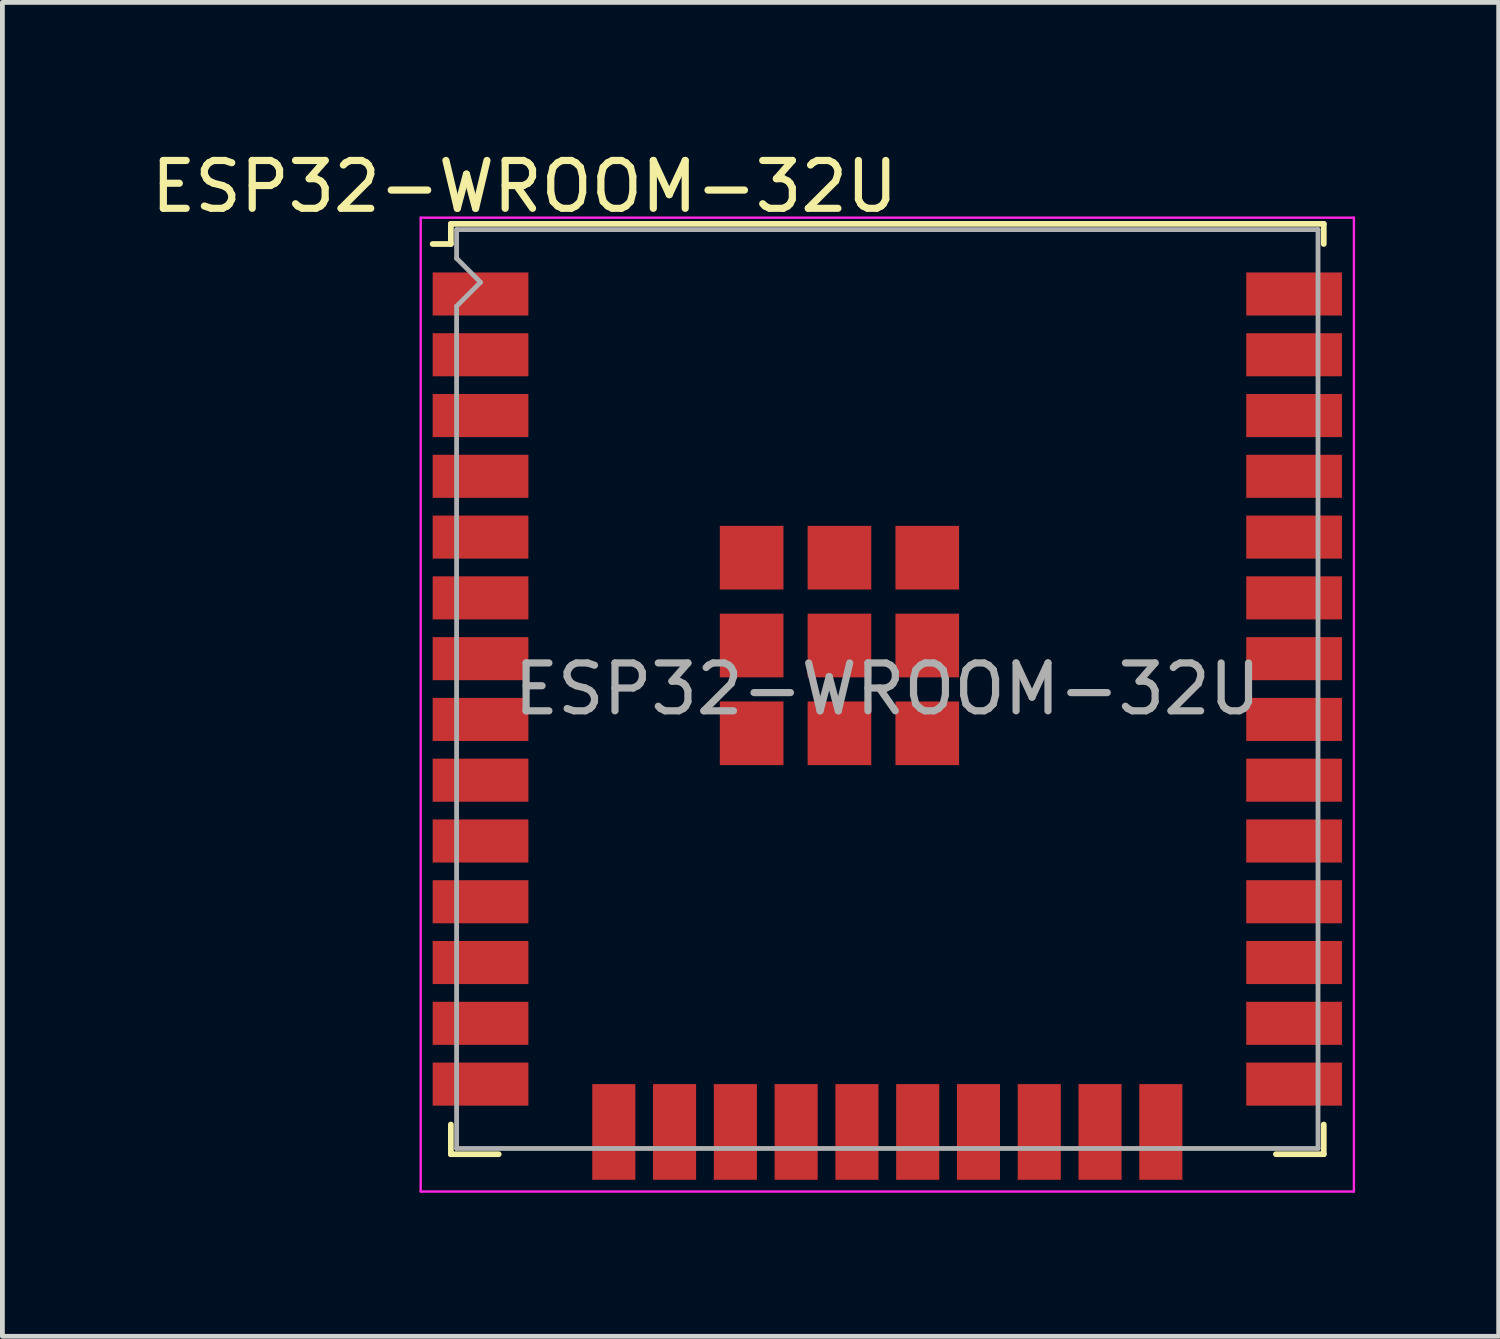
<source format=kicad_pcb>
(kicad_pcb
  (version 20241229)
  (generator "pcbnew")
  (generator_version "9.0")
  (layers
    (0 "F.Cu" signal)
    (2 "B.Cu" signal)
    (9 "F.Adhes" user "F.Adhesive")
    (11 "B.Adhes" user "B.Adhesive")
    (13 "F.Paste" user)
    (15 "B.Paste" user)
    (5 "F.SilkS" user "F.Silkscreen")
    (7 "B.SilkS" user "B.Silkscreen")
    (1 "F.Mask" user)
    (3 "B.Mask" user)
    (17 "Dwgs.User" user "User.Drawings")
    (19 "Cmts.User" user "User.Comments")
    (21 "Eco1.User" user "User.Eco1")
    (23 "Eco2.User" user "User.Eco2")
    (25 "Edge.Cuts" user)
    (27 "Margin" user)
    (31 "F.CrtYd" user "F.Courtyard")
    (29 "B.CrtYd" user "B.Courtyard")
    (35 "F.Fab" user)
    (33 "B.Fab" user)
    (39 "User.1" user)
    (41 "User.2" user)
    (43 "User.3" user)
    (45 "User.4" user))
  (footprint "ESP32-WROOM-32U"
    (layer "F.Cu")
    (at 15.491 11.348)
    (property "Reference" "ESP32-WROOM-32U" (at -7.58 -10.5 180) (layer "F.SilkS") (effects (font (size 1 1) (thickness 0.15))))
    (attr smd)
    (fp_line (start -9.12 -9.72) (end -9.12 -9.3) (stroke (width 0.12) (type solid)) (layer "F.SilkS"))
    (fp_line (start -9.12 -9.72) (end 9.12 -9.72) (stroke (width 0.12) (type solid)) (layer "F.SilkS"))
    (fp_line (start -9.12 -9.3) (end -9.5 -9.3) (stroke (width 0.12) (type solid)) (layer "F.SilkS"))
    (fp_line (start -9.12 9.1) (end -9.12 9.72) (stroke (width 0.12) (type solid)) (layer "F.SilkS"))
    (fp_line (start -9.12 9.72) (end -8.12 9.72) (stroke (width 0.12) (type solid)) (layer "F.SilkS"))
    (fp_line (start 9.12 -9.72) (end 9.12 -9.3) (stroke (width 0.12) (type solid)) (layer "F.SilkS"))
    (fp_line (start 9.12 9.1) (end 9.12 9.72) (stroke (width 0.12) (type solid)) (layer "F.SilkS"))
    (fp_line (start 9.12 9.72) (end 8.12 9.72) (stroke (width 0.12) (type solid)) (layer "F.SilkS"))
    (fp_line (start -9.75 10.5) (end -9.75 -9.85) (stroke (width 0.05) (type solid)) (layer "F.CrtYd"))
    (fp_line (start -9.75 10.5) (end 9.75 10.5) (stroke (width 0.05) (type solid)) (layer "F.CrtYd"))
    (fp_line (start 9.75 -9.85) (end -9.75 -9.85) (stroke (width 0.05) (type solid)) (layer "F.CrtYd"))
    (fp_line (start 9.75 -9.85) (end 9.75 10.5) (stroke (width 0.05) (type solid)) (layer "F.CrtYd"))
    (fp_line (start -9 -9.6) (end -9 -9) (stroke (width 0.1) (type solid)) (layer "F.Fab"))
    (fp_line (start -9 -9.6) (end 9 -9.6) (stroke (width 0.1) (type solid)) (layer "F.Fab"))
    (fp_line (start -9 -8) (end -9 9.6) (stroke (width 0.1) (type solid)) (layer "F.Fab"))
    (fp_line (start -9 -8) (end -8.5 -8.5) (stroke (width 0.1) (type solid)) (layer "F.Fab"))
    (fp_line (start -9 9.6) (end 9 9.6) (stroke (width 0.1) (type solid)) (layer "F.Fab"))
    (fp_line (start -8.5 -8.5) (end -9 -9) (stroke (width 0.1) (type solid)) (layer "F.Fab"))
    (fp_line (start 9 9.6) (end 9 -9.6) (stroke (width 0.1) (type solid)) (layer "F.Fab"))
    (fp_text user "${REFERENCE}" (at 0 0 0) (layer "F.Fab") (effects (font (size 1 1) (thickness 0.15))))
    (pad "1" smd rect (at -8.5 -8.255) (size 2 0.9) (layers "F.Cu" "F.Mask" "F.Paste"))
    (pad "2" smd rect (at -8.5 -6.985) (size 2 0.9) (layers "F.Cu" "F.Mask" "F.Paste"))
    (pad "3" smd rect (at -8.5 -5.715) (size 2 0.9) (layers "F.Cu" "F.Mask" "F.Paste"))
    (pad "4" smd rect (at -8.5 -4.445) (size 2 0.9) (layers "F.Cu" "F.Mask" "F.Paste"))
    (pad "5" smd rect (at -8.5 -3.175) (size 2 0.9) (layers "F.Cu" "F.Mask" "F.Paste"))
    (pad "6" smd rect (at -8.5 -1.905) (size 2 0.9) (layers "F.Cu" "F.Mask" "F.Paste"))
    (pad "7" smd rect (at -8.5 -0.635) (size 2 0.9) (layers "F.Cu" "F.Mask" "F.Paste"))
    (pad "8" smd rect (at -8.5 0.635) (size 2 0.9) (layers "F.Cu" "F.Mask" "F.Paste"))
    (pad "9" smd rect (at -8.5 1.905) (size 2 0.9) (layers "F.Cu" "F.Mask" "F.Paste"))
    (pad "10" smd rect (at -8.5 3.175) (size 2 0.9) (layers "F.Cu" "F.Mask" "F.Paste"))
    (pad "11" smd rect (at -8.5 4.445) (size 2 0.9) (layers "F.Cu" "F.Mask" "F.Paste"))
    (pad "12" smd rect (at -8.5 5.715) (size 2 0.9) (layers "F.Cu" "F.Mask" "F.Paste"))
    (pad "13" smd rect (at -8.5 6.985) (size 2 0.9) (layers "F.Cu" "F.Mask" "F.Paste"))
    (pad "14" smd rect (at -8.5 8.255) (size 2 0.9) (layers "F.Cu" "F.Mask" "F.Paste"))
    (pad "15" smd rect (at -5.715 9.255 270) (size 2 0.9) (layers "F.Cu" "F.Mask" "F.Paste"))
    (pad "16" smd rect (at -4.445 9.255 90) (size 2 0.9) (layers "F.Cu" "F.Mask" "F.Paste"))
    (pad "17" smd rect (at -3.175 9.255 90) (size 2 0.9) (layers "F.Cu" "F.Mask" "F.Paste"))
    (pad "18" smd rect (at -1.905 9.255 90) (size 2 0.9) (layers "F.Cu" "F.Mask" "F.Paste"))
    (pad "19" smd rect (at -0.635 9.255 90) (size 2 0.9) (layers "F.Cu" "F.Mask" "F.Paste"))
    (pad "20" smd rect (at 0.635 9.255 90) (size 2 0.9) (layers "F.Cu" "F.Mask" "F.Paste"))
    (pad "21" smd rect (at 1.905 9.255 90) (size 2 0.9) (layers "F.Cu" "F.Mask" "F.Paste"))
    (pad "22" smd rect (at 3.175 9.255 90) (size 2 0.9) (layers "F.Cu" "F.Mask" "F.Paste"))
    (pad "23" smd rect (at 4.445 9.255 90) (size 2 0.9) (layers "F.Cu" "F.Mask" "F.Paste"))
    (pad "24" smd rect (at 5.715 9.255 90) (size 2 0.9) (layers "F.Cu" "F.Mask" "F.Paste"))
    (pad "25" smd rect (at 8.5 8.255) (size 2 0.9) (layers "F.Cu" "F.Mask" "F.Paste"))
    (pad "26" smd rect (at 8.5 6.985) (size 2 0.9) (layers "F.Cu" "F.Mask" "F.Paste"))
    (pad "27" smd rect (at 8.5 5.715) (size 2 0.9) (layers "F.Cu" "F.Mask" "F.Paste"))
    (pad "28" smd rect (at 8.5 4.445) (size 2 0.9) (layers "F.Cu" "F.Mask" "F.Paste"))
    (pad "29" smd rect (at 8.5 3.175) (size 2 0.9) (layers "F.Cu" "F.Mask" "F.Paste"))
    (pad "30" smd rect (at 8.5 1.905) (size 2 0.9) (layers "F.Cu" "F.Mask" "F.Paste"))
    (pad "31" smd rect (at 8.5 0.635) (size 2 0.9) (layers "F.Cu" "F.Mask" "F.Paste"))
    (pad "32" smd rect (at 8.5 -0.635) (size 2 0.9) (layers "F.Cu" "F.Mask" "F.Paste"))
    (pad "33" smd rect (at 8.5 -1.905) (size 2 0.9) (layers "F.Cu" "F.Mask" "F.Paste"))
    (pad "34" smd rect (at 8.5 -3.175) (size 2 0.9) (layers "F.Cu" "F.Mask" "F.Paste"))
    (pad "35" smd rect (at 8.5 -4.445) (size 2 0.9) (layers "F.Cu" "F.Mask" "F.Paste"))
    (pad "36" smd rect (at 8.5 -5.715) (size 2 0.9) (layers "F.Cu" "F.Mask" "F.Paste"))
    (pad "37" smd rect (at 8.5 -6.985) (size 2 0.9) (layers "F.Cu" "F.Mask" "F.Paste"))
    (pad "38" smd rect (at 8.5 -8.255) (size 2 0.9) (layers "F.Cu" "F.Mask" "F.Paste"))
    (pad "39" smd rect (at -2.835 -2.745) (size 1.33 1.33) (layers "F.Cu" "F.Mask" "F.Paste"))
    (pad "39" smd rect (at -2.835 -0.91) (size 1.33 1.33) (layers "F.Cu" "F.Mask" "F.Paste"))
    (pad "39" smd rect (at -2.835 0.925) (size 1.33 1.33) (layers "F.Cu" "F.Mask" "F.Paste"))
    (pad "39" smd rect (at -1 -2.745) (size 1.33 1.33) (layers "F.Cu" "F.Mask" "F.Paste"))
    (pad "39" smd rect (at -1 -0.91) (size 1.33 1.33) (layers "F.Cu" "F.Mask" "F.Paste"))
    (pad "39" smd rect (at -1 0.925) (size 1.33 1.33) (layers "F.Cu" "F.Mask" "F.Paste"))
    (pad "39" smd rect (at 0.835 -2.745) (size 1.33 1.33) (layers "F.Cu" "F.Mask" "F.Paste"))
    (pad "39" smd rect (at 0.835 -0.91) (size 1.33 1.33) (layers "F.Cu" "F.Mask" "F.Paste"))
    (pad "39" smd rect (at 0.835 0.925) (size 1.33 1.33) (layers "F.Cu" "F.Mask" "F.Paste")))
  (gr_rect
    (start -3 -3)
    (end 28.266 24.873)
    (stroke (width 0.1) (type default))
    (fill no)
    (layer "Edge.Cuts")))
</source>
